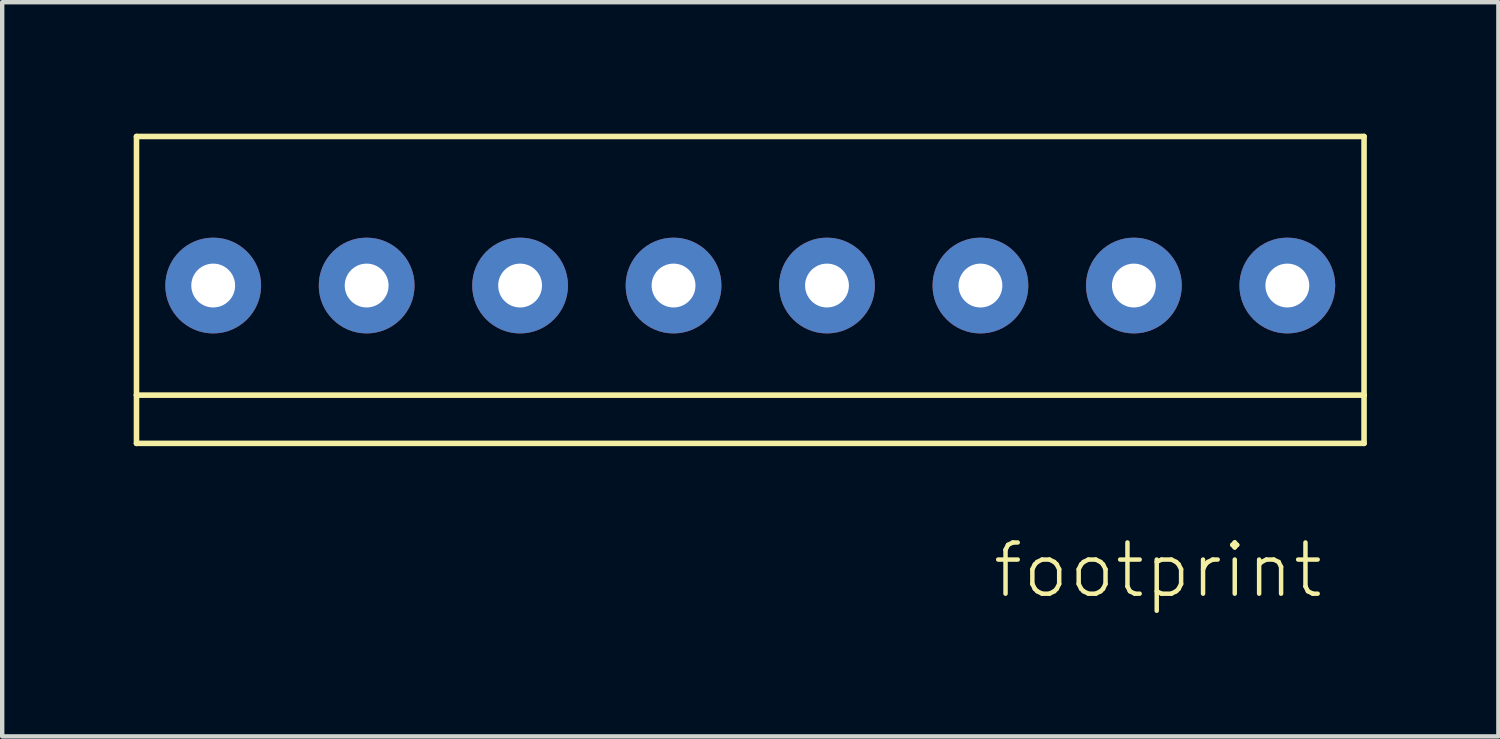
<source format=kicad_pcb>
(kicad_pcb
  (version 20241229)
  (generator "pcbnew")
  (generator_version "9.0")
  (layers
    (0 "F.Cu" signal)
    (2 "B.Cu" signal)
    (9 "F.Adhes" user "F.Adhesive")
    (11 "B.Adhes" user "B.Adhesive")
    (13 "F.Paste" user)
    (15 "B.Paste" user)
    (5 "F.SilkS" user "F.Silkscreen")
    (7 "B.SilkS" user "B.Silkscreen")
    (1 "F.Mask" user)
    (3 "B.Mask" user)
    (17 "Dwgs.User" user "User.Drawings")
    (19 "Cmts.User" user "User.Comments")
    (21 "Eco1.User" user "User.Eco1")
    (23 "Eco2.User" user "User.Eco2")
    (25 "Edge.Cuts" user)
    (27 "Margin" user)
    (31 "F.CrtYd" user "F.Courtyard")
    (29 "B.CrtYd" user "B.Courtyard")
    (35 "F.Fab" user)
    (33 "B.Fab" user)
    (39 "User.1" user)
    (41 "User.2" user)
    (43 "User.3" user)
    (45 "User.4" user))
  (footprint "footprint"
    (layer "F.Cu")
    (at 14.063 3.463)
    (property "Reference" "footprint" (at 13.12 5.81 0) (layer "F.SilkS") (effects (font (size 1.168 1.168) (thickness 0.102)) (justify right top)))
    (fp_line (start -14 -3.4) (end -14 2.5) (stroke (width 0.127) (type solid)) (layer "F.SilkS"))
    (fp_line (start -14 2.5) (end -14 3.6) (stroke (width 0.127) (type solid)) (layer "F.SilkS"))
    (fp_line (start -14 2.5) (end 14 2.5) (stroke (width 0.127) (type solid)) (layer "F.SilkS"))
    (fp_line (start -14 3.6) (end 14 3.6) (stroke (width 0.127) (type solid)) (layer "F.SilkS"))
    (fp_line (start 14 -3.4) (end -14 -3.4) (stroke (width 0.127) (type solid)) (layer "F.SilkS"))
    (fp_line (start 14 2.5) (end 14 -3.4) (stroke (width 0.127) (type solid)) (layer "F.SilkS"))
    (fp_line (start 14 3.6) (end 14 2.5) (stroke (width 0.127) (type solid)) (layer "F.SilkS"))
    (pad "1" thru_hole circle (at -12.25 0) (size 2.184 2.184) (drill 1) (layers "*.Cu" "*.Mask"))
    (pad "2" thru_hole circle (at -8.75 0) (size 2.184 2.184) (drill 1) (layers "*.Cu" "*.Mask"))
    (pad "3" thru_hole circle (at -5.25 0) (size 2.184 2.184) (drill 1) (layers "*.Cu" "*.Mask"))
    (pad "4" thru_hole circle (at -1.75 0) (size 2.184 2.184) (drill 1) (layers "*.Cu" "*.Mask"))
    (pad "5" thru_hole circle (at 1.75 0) (size 2.184 2.184) (drill 1) (layers "*.Cu" "*.Mask"))
    (pad "6" thru_hole circle (at 5.25 0) (size 2.184 2.184) (drill 1) (layers "*.Cu" "*.Mask"))
    (pad "7" thru_hole circle (at 8.75 0) (size 2.184 2.184) (drill 1) (layers "*.Cu" "*.Mask"))
    (pad "8" thru_hole circle (at 12.25 0) (size 2.184 2.184) (drill 1) (layers "*.Cu" "*.Mask")))
  (gr_rect
    (start -3 -3)
    (end 31.127 13.747)
    (stroke (width 0.1) (type default))
    (fill no)
    (layer "Edge.Cuts")))
</source>
